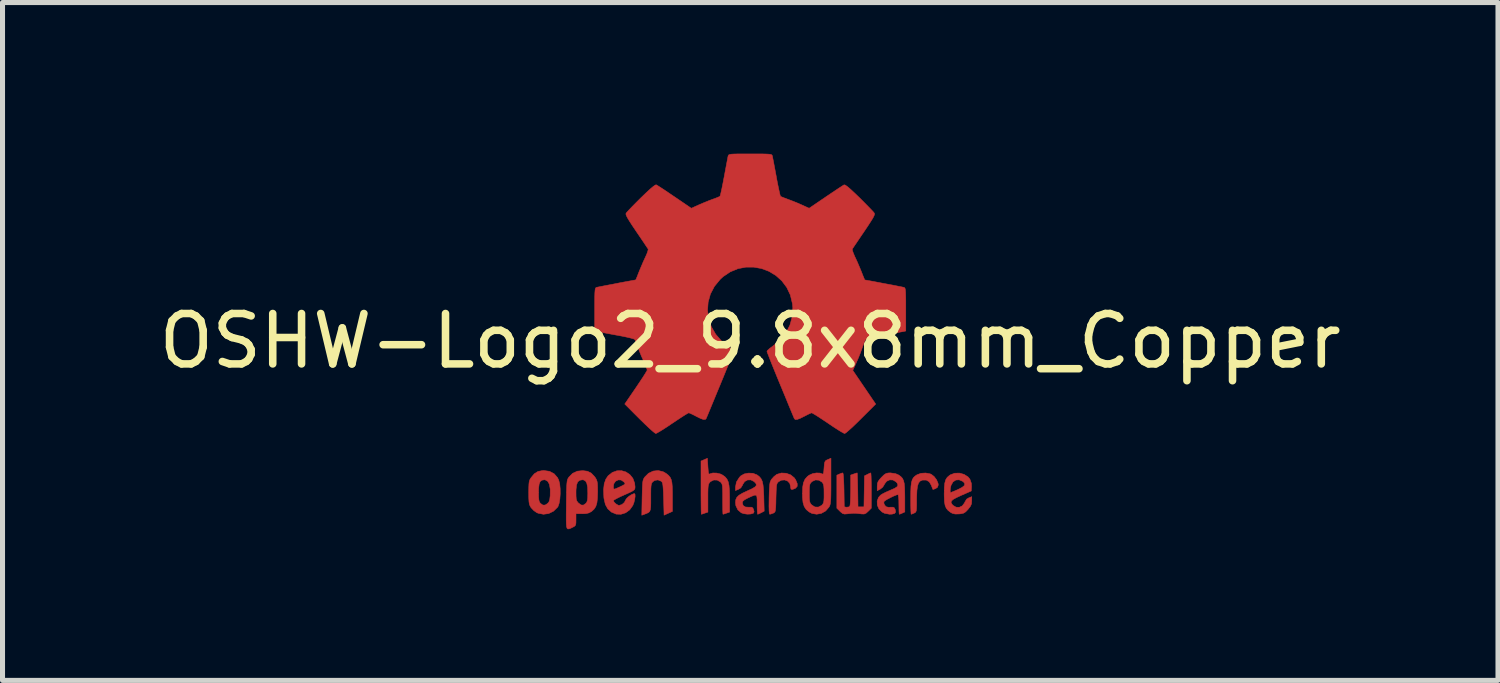
<source format=kicad_pcb>
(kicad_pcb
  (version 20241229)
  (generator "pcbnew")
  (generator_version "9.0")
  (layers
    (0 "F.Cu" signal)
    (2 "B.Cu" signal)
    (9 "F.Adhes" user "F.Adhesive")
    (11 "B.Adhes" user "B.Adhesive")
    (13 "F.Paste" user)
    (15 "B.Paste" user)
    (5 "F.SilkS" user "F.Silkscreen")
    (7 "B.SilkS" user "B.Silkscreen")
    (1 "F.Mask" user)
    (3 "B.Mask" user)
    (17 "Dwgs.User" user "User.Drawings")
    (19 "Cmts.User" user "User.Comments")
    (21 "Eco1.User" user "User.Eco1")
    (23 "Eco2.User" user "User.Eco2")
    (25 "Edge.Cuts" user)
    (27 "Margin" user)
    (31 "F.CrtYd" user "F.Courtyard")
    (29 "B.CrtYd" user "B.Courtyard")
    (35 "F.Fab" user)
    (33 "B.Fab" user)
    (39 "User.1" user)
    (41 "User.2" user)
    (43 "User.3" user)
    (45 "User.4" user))
  (footprint "OSHW-Logo2_9.8x8mm_Copper"
    (layer "F.Cu")
    (at 11.839 3.717)
    (property "Reference" "OSHW-Logo2_9.8x8mm_Copper" (at 0 0 0) (layer "F.SilkS") (effects (font (size 1 1) (thickness 0.15))))
    (attr exclude_from_pos_files exclude_from_bom)
    (fp_poly (pts (xy 3.571 2.637) (xy 3.594 2.647) (xy 3.65 2.691) (xy 3.698 2.755) (xy 3.727 2.823) (xy 3.732 2.857) (xy 3.716 2.904) (xy 3.68 2.928) (xy 3.643 2.943) (xy 3.625 2.946) (xy 3.617 2.926) (xy 3.6 2.882) (xy 3.593 2.863) (xy 3.552 2.794) (xy 3.493 2.76) (xy 3.417 2.761) (xy 3.411 2.763) (xy 3.37 2.782) (xy 3.34 2.819) (xy 3.32 2.88) (xy 3.308 2.968) (xy 3.303 3.088) (xy 3.302 3.152) (xy 3.302 3.252) (xy 3.3 3.321) (xy 3.296 3.365) (xy 3.287 3.39) (xy 3.274 3.405) (xy 3.253 3.416) (xy 3.252 3.416) (xy 3.213 3.433) (xy 3.194 3.439) (xy 3.191 3.42) (xy 3.188 3.369) (xy 3.186 3.292) (xy 3.185 3.196) (xy 3.185 3.125) (xy 3.186 2.989) (xy 3.19 2.885) (xy 3.2 2.808) (xy 3.216 2.752) (xy 3.24 2.711) (xy 3.274 2.679) (xy 3.308 2.656) (xy 3.388 2.626) (xy 3.482 2.62) (xy 3.571 2.637)) (stroke (width 0.01) (type solid)) (fill yes) (layer "F.Cu"))
    (fp_poly (pts (xy -1.728 2.595) (xy -1.666 2.631) (xy -1.622 2.667) (xy -1.59 2.705) (xy -1.568 2.751) (xy -1.554 2.812) (xy -1.547 2.895) (xy -1.544 3.007) (xy -1.544 3.087) (xy -1.544 3.382) (xy -1.71 3.457) (xy -1.719 3.133) (xy -1.723 3.013) (xy -1.728 2.925) (xy -1.733 2.865) (xy -1.74 2.825) (xy -1.75 2.801) (xy -1.763 2.786) (xy -1.767 2.783) (xy -1.831 2.757) (xy -1.896 2.767) (xy -1.934 2.794) (xy -1.95 2.813) (xy -1.961 2.838) (xy -1.968 2.876) (xy -1.972 2.934) (xy -1.973 3.018) (xy -1.973 3.106) (xy -1.973 3.216) (xy -1.975 3.294) (xy -1.982 3.347) (xy -1.995 3.381) (xy -2.018 3.404) (xy -2.053 3.421) (xy -2.1 3.439) (xy -2.152 3.458) (xy -2.146 3.111) (xy -2.143 2.986) (xy -2.14 2.894) (xy -2.136 2.828) (xy -2.13 2.781) (xy -2.121 2.748) (xy -2.108 2.722) (xy -2.092 2.699) (xy -2.018 2.625) (xy -1.926 2.582) (xy -1.827 2.571) (xy -1.728 2.595)) (stroke (width 0.01) (type solid)) (fill yes) (layer "F.Cu"))
    (fp_poly (pts (xy 0.713 2.625) (xy 0.802 2.657) (xy 0.874 2.715) (xy 0.902 2.756) (xy 0.933 2.831) (xy 0.932 2.885) (xy 0.9 2.921) (xy 0.888 2.928) (xy 0.837 2.947) (xy 0.81 2.942) (xy 0.802 2.91) (xy 0.801 2.892) (xy 0.785 2.826) (xy 0.742 2.78) (xy 0.683 2.758) (xy 0.617 2.763) (xy 0.564 2.792) (xy 0.546 2.809) (xy 0.533 2.829) (xy 0.524 2.859) (xy 0.519 2.907) (xy 0.515 2.978) (xy 0.512 3.08) (xy 0.511 3.112) (xy 0.509 3.222) (xy 0.506 3.3) (xy 0.501 3.351) (xy 0.494 3.383) (xy 0.483 3.401) (xy 0.467 3.412) (xy 0.457 3.417) (xy 0.413 3.433) (xy 0.388 3.439) (xy 0.379 3.421) (xy 0.374 3.365) (xy 0.372 3.272) (xy 0.374 3.141) (xy 0.374 3.121) (xy 0.377 3.002) (xy 0.381 2.914) (xy 0.386 2.853) (xy 0.393 2.809) (xy 0.404 2.778) (xy 0.419 2.751) (xy 0.427 2.74) (xy 0.472 2.69) (xy 0.522 2.651) (xy 0.528 2.647) (xy 0.618 2.62) (xy 0.713 2.625)) (stroke (width 0.01) (type solid)) (fill yes) (layer "F.Cu"))
    (fp_poly (pts (xy -0.84 2.492) (xy -0.834 2.572) (xy -0.828 2.619) (xy -0.819 2.64) (xy -0.805 2.64) (xy -0.801 2.637) (xy -0.744 2.62) (xy -0.669 2.621) (xy -0.593 2.639) (xy -0.545 2.663) (xy -0.496 2.7) (xy -0.461 2.743) (xy -0.436 2.797) (xy -0.421 2.869) (xy -0.413 2.966) (xy -0.41 3.095) (xy -0.41 3.119) (xy -0.41 3.396) (xy -0.472 3.417) (xy -0.516 3.432) (xy -0.54 3.439) (xy -0.54 3.439) (xy -0.543 3.42) (xy -0.545 3.37) (xy -0.546 3.293) (xy -0.547 3.197) (xy -0.547 3.139) (xy -0.547 3.025) (xy -0.549 2.943) (xy -0.552 2.886) (xy -0.558 2.849) (xy -0.568 2.825) (xy -0.583 2.806) (xy -0.592 2.797) (xy -0.655 2.761) (xy -0.724 2.759) (xy -0.786 2.789) (xy -0.798 2.8) (xy -0.815 2.821) (xy -0.826 2.845) (xy -0.834 2.881) (xy -0.838 2.934) (xy -0.84 3.012) (xy -0.84 3.121) (xy -0.84 3.396) (xy -0.902 3.417) (xy -0.945 3.432) (xy -0.969 3.439) (xy -0.97 3.439) (xy -0.972 3.42) (xy -0.974 3.367) (xy -0.975 3.286) (xy -0.976 3.18) (xy -0.977 3.055) (xy -0.977 2.916) (xy -0.977 2.382) (xy -0.85 2.328) (xy -0.84 2.492)) (stroke (width 0.01) (type solid)) (fill yes) (layer "F.Cu"))
    (fp_poly (pts (xy 2.396 2.637) (xy 2.399 2.688) (xy 2.401 2.766) (xy 2.403 2.865) (xy 2.403 2.968) (xy 2.403 3.319) (xy 2.341 3.38) (xy 2.299 3.418) (xy 2.261 3.434) (xy 2.21 3.433) (xy 2.19 3.43) (xy 2.127 3.423) (xy 2.074 3.419) (xy 2.061 3.419) (xy 2.018 3.421) (xy 1.957 3.427) (xy 1.933 3.43) (xy 1.874 3.435) (xy 1.834 3.425) (xy 1.795 3.394) (xy 1.781 3.38) (xy 1.719 3.319) (xy 1.719 2.664) (xy 1.769 2.641) (xy 1.812 2.624) (xy 1.837 2.618) (xy 1.844 2.637) (xy 1.85 2.689) (xy 1.855 2.768) (xy 1.859 2.87) (xy 1.861 2.955) (xy 1.866 3.292) (xy 1.913 3.299) (xy 1.955 3.294) (xy 1.976 3.279) (xy 1.982 3.251) (xy 1.987 3.192) (xy 1.99 3.108) (xy 1.992 3.009) (xy 1.993 2.957) (xy 1.993 2.661) (xy 2.054 2.64) (xy 2.098 2.625) (xy 2.122 2.618) (xy 2.122 2.618) (xy 2.125 2.637) (xy 2.127 2.688) (xy 2.13 2.766) (xy 2.132 2.864) (xy 2.134 2.955) (xy 2.139 3.292) (xy 2.257 3.292) (xy 2.262 2.985) (xy 2.267 2.677) (xy 2.325 2.648) (xy 2.367 2.627) (xy 2.392 2.618) (xy 2.392 2.618) (xy 2.396 2.637)) (stroke (width 0.01) (type solid)) (fill yes) (layer "F.Cu"))
    (fp_poly (pts (xy -3.983 2.587) (xy -3.892 2.635) (xy -3.824 2.713) (xy -3.8 2.763) (xy -3.781 2.838) (xy -3.772 2.932) (xy -3.771 3.035) (xy -3.778 3.136) (xy -3.793 3.223) (xy -3.815 3.286) (xy -3.822 3.297) (xy -3.903 3.377) (xy -4 3.425) (xy -4.104 3.439) (xy -4.21 3.418) (xy -4.239 3.405) (xy -4.297 3.364) (xy -4.347 3.311) (xy -4.352 3.304) (xy -4.371 3.271) (xy -4.384 3.236) (xy -4.391 3.19) (xy -4.395 3.125) (xy -4.396 3.03) (xy -4.396 3.009) (xy -4.396 3.002) (xy -4.201 3.002) (xy -4.2 3.091) (xy -4.195 3.151) (xy -4.186 3.189) (xy -4.17 3.215) (xy -4.162 3.224) (xy -4.115 3.257) (xy -4.07 3.256) (xy -4.024 3.227) (xy -3.996 3.196) (xy -3.98 3.151) (xy -3.971 3.079) (xy -3.97 3.071) (xy -3.969 2.942) (xy -3.985 2.846) (xy -4.019 2.784) (xy -4.07 2.756) (xy -4.088 2.755) (xy -4.136 2.763) (xy -4.169 2.789) (xy -4.189 2.839) (xy -4.199 2.919) (xy -4.201 3.002) (xy -4.396 3.002) (xy -4.395 2.908) (xy -4.392 2.838) (xy -4.386 2.789) (xy -4.374 2.753) (xy -4.356 2.722) (xy -4.352 2.716) (xy -4.286 2.636) (xy -4.213 2.59) (xy -4.125 2.572) (xy -4.095 2.571) (xy -3.983 2.587)) (stroke (width 0.01) (type solid)) (fill yes) (layer "F.Cu"))
    (fp_poly (pts (xy 4.245 2.648) (xy 4.323 2.698) (xy 4.36 2.744) (xy 4.389 2.826) (xy 4.392 2.891) (xy 4.386 2.977) (xy 4.186 3.065) (xy 4.089 3.11) (xy 4.025 3.146) (xy 3.992 3.177) (xy 3.986 3.207) (xy 4.005 3.241) (xy 4.025 3.263) (xy 4.084 3.298) (xy 4.148 3.301) (xy 4.207 3.273) (xy 4.25 3.218) (xy 4.258 3.199) (xy 4.295 3.138) (xy 4.338 3.113) (xy 4.396 3.09) (xy 4.396 3.174) (xy 4.391 3.231) (xy 4.371 3.279) (xy 4.328 3.334) (xy 4.322 3.342) (xy 4.275 3.391) (xy 4.234 3.417) (xy 4.183 3.429) (xy 4.141 3.433) (xy 4.066 3.434) (xy 4.012 3.421) (xy 3.979 3.403) (xy 3.926 3.362) (xy 3.89 3.318) (xy 3.867 3.262) (xy 3.854 3.187) (xy 3.85 3.084) (xy 3.849 3.032) (xy 3.851 2.97) (xy 3.968 2.97) (xy 3.97 3.003) (xy 3.973 3.009) (xy 3.996 3.001) (xy 4.044 2.982) (xy 4.109 2.954) (xy 4.122 2.948) (xy 4.204 2.906) (xy 4.249 2.87) (xy 4.259 2.835) (xy 4.236 2.801) (xy 4.216 2.785) (xy 4.145 2.755) (xy 4.079 2.76) (xy 4.024 2.797) (xy 3.986 2.863) (xy 3.973 2.916) (xy 3.968 2.97) (xy 3.851 2.97) (xy 3.852 2.911) (xy 3.861 2.821) (xy 3.879 2.755) (xy 3.909 2.707) (xy 3.953 2.669) (xy 3.972 2.656) (xy 4.059 2.624) (xy 4.154 2.622) (xy 4.245 2.648)) (stroke (width 0.01) (type solid)) (fill yes) (layer "F.Cu"))
    (fp_poly (pts (xy 1.602 2.78) (xy 1.602 2.926) (xy 1.601 3.039) (xy 1.599 3.123) (xy 1.595 3.184) (xy 1.59 3.227) (xy 1.582 3.259) (xy 1.571 3.283) (xy 1.563 3.297) (xy 1.497 3.373) (xy 1.412 3.421) (xy 1.319 3.438) (xy 1.226 3.423) (xy 1.17 3.394) (xy 1.112 3.346) (xy 1.072 3.286) (xy 1.048 3.209) (xy 1.037 3.105) (xy 1.036 3.028) (xy 1.036 3.023) (xy 1.172 3.023) (xy 1.173 3.11) (xy 1.177 3.168) (xy 1.186 3.206) (xy 1.201 3.233) (xy 1.22 3.254) (xy 1.283 3.294) (xy 1.351 3.297) (xy 1.415 3.264) (xy 1.42 3.26) (xy 1.441 3.236) (xy 1.455 3.208) (xy 1.462 3.167) (xy 1.465 3.102) (xy 1.465 3.031) (xy 1.464 2.942) (xy 1.46 2.882) (xy 1.451 2.843) (xy 1.436 2.815) (xy 1.423 2.8) (xy 1.364 2.763) (xy 1.295 2.758) (xy 1.23 2.787) (xy 1.218 2.797) (xy 1.196 2.821) (xy 1.183 2.849) (xy 1.176 2.891) (xy 1.173 2.956) (xy 1.172 3.023) (xy 1.036 3.023) (xy 1.04 2.906) (xy 1.056 2.814) (xy 1.087 2.744) (xy 1.134 2.69) (xy 1.17 2.663) (xy 1.237 2.633) (xy 1.314 2.619) (xy 1.386 2.622) (xy 1.426 2.637) (xy 1.442 2.642) (xy 1.453 2.626) (xy 1.46 2.583) (xy 1.465 2.518) (xy 1.471 2.446) (xy 1.48 2.402) (xy 1.495 2.377) (xy 1.522 2.361) (xy 1.539 2.354) (xy 1.602 2.327) (xy 1.602 2.78)) (stroke (width 0.01) (type solid)) (fill yes) (layer "F.Cu"))
    (fp_poly (pts (xy -2.466 2.6) (xy -2.389 2.652) (xy -2.329 2.726) (xy -2.294 2.822) (xy -2.286 2.892) (xy -2.287 2.921) (xy -2.294 2.943) (xy -2.313 2.963) (xy -2.35 2.986) (xy -2.41 3.015) (xy -2.5 3.055) (xy -2.501 3.055) (xy -2.584 3.093) (xy -2.652 3.127) (xy -2.698 3.153) (xy -2.716 3.167) (xy -2.716 3.167) (xy -2.701 3.199) (xy -2.665 3.233) (xy -2.624 3.258) (xy -2.603 3.263) (xy -2.546 3.246) (xy -2.497 3.203) (xy -2.474 3.156) (xy -2.451 3.122) (xy -2.406 3.082) (xy -2.353 3.048) (xy -2.306 3.029) (xy -2.297 3.028) (xy -2.286 3.045) (xy -2.285 3.088) (xy -2.293 3.146) (xy -2.308 3.207) (xy -2.329 3.261) (xy -2.33 3.264) (xy -2.392 3.351) (xy -2.473 3.41) (xy -2.565 3.439) (xy -2.66 3.436) (xy -2.752 3.397) (xy -2.756 3.395) (xy -2.828 3.33) (xy -2.875 3.245) (xy -2.901 3.133) (xy -2.905 3.102) (xy -2.911 2.954) (xy -2.903 2.884) (xy -2.716 2.884) (xy -2.713 2.928) (xy -2.7 2.94) (xy -2.667 2.931) (xy -2.615 2.908) (xy -2.556 2.881) (xy -2.555 2.88) (xy -2.505 2.854) (xy -2.485 2.836) (xy -2.49 2.818) (xy -2.511 2.794) (xy -2.563 2.759) (xy -2.62 2.757) (xy -2.671 2.782) (xy -2.706 2.831) (xy -2.716 2.884) (xy -2.903 2.884) (xy -2.898 2.835) (xy -2.865 2.741) (xy -2.82 2.675) (xy -2.737 2.609) (xy -2.646 2.576) (xy -2.554 2.574) (xy -2.466 2.6)) (stroke (width 0.01) (type solid)) (fill yes) (layer "F.Cu"))
    (fp_poly (pts (xy 0.054 2.626) (xy 0.13 2.655) (xy 0.131 2.655) (xy 0.178 2.69) (xy 0.213 2.731) (xy 0.238 2.784) (xy 0.254 2.856) (xy 0.264 2.953) (xy 0.27 3.082) (xy 0.27 3.1) (xy 0.277 3.377) (xy 0.218 3.408) (xy 0.175 3.429) (xy 0.149 3.439) (xy 0.148 3.439) (xy 0.143 3.421) (xy 0.139 3.372) (xy 0.137 3.3) (xy 0.137 3.242) (xy 0.137 3.148) (xy 0.132 3.089) (xy 0.118 3.061) (xy 0.085 3.06) (xy 0.03 3.081) (xy -0.054 3.12) (xy -0.115 3.153) (xy -0.147 3.181) (xy -0.156 3.212) (xy -0.156 3.213) (xy -0.141 3.266) (xy -0.095 3.295) (xy -0.026 3.299) (xy 0.024 3.298) (xy 0.051 3.313) (xy 0.067 3.347) (xy 0.077 3.391) (xy 0.063 3.416) (xy 0.058 3.42) (xy 0.009 3.434) (xy -0.058 3.437) (xy -0.128 3.427) (xy -0.178 3.41) (xy -0.246 3.351) (xy -0.285 3.27) (xy -0.293 3.207) (xy -0.287 3.15) (xy -0.266 3.104) (xy -0.224 3.062) (xy -0.155 3.021) (xy -0.055 2.974) (xy -0.049 2.971) (xy 0.041 2.93) (xy 0.097 2.895) (xy 0.121 2.865) (xy 0.116 2.833) (xy 0.084 2.797) (xy 0.075 2.789) (xy 0.012 2.757) (xy -0.054 2.758) (xy -0.111 2.79) (xy -0.149 2.848) (xy -0.152 2.859) (xy -0.187 2.915) (xy -0.23 2.942) (xy -0.293 2.968) (xy -0.293 2.9) (xy -0.274 2.8) (xy -0.217 2.709) (xy -0.188 2.678) (xy -0.12 2.639) (xy -0.035 2.622) (xy 0.054 2.626)) (stroke (width 0.01) (type solid)) (fill yes) (layer "F.Cu"))
    (fp_poly (pts (xy -3.231 2.585) (xy -3.156 2.622) (xy -3.091 2.69) (xy -3.072 2.716) (xy -3.053 2.749) (xy -3.04 2.785) (xy -3.032 2.833) (xy -3.029 2.903) (xy -3.028 2.994) (xy -3.032 3.12) (xy -3.043 3.214) (xy -3.065 3.285) (xy -3.1 3.338) (xy -3.149 3.383) (xy -3.153 3.385) (xy -3.202 3.412) (xy -3.261 3.426) (xy -3.336 3.429) (xy -3.458 3.429) (xy -3.458 3.547) (xy -3.459 3.613) (xy -3.466 3.652) (xy -3.484 3.675) (xy -3.519 3.695) (xy -3.527 3.699) (xy -3.566 3.718) (xy -3.596 3.729) (xy -3.619 3.73) (xy -3.635 3.717) (xy -3.645 3.685) (xy -3.65 3.63) (xy -3.652 3.549) (xy -3.652 3.437) (xy -3.65 3.292) (xy -3.65 3.248) (xy -3.648 3.098) (xy -3.646 3) (xy -3.458 3) (xy -3.457 3.083) (xy -3.453 3.138) (xy -3.442 3.174) (xy -3.423 3.201) (xy -3.41 3.215) (xy -3.358 3.254) (xy -3.312 3.258) (xy -3.264 3.225) (xy -3.263 3.224) (xy -3.244 3.199) (xy -3.232 3.164) (xy -3.226 3.112) (xy -3.224 3.031) (xy -3.224 3.013) (xy -3.228 2.902) (xy -3.243 2.825) (xy -3.269 2.778) (xy -3.309 2.757) (xy -3.332 2.755) (xy -3.387 2.765) (xy -3.425 2.798) (xy -3.447 2.858) (xy -3.457 2.95) (xy -3.458 3) (xy -3.646 3) (xy -3.646 2.982) (xy -3.643 2.895) (xy -3.639 2.831) (xy -3.634 2.786) (xy -3.627 2.754) (xy -3.617 2.73) (xy -3.604 2.709) (xy -3.598 2.701) (xy -3.525 2.627) (xy -3.432 2.584) (xy -3.325 2.573) (xy -3.231 2.585)) (stroke (width 0.01) (type solid)) (fill yes) (layer "F.Cu"))
    (fp_poly (pts (xy 2.887 2.634) (xy 2.944 2.659) (xy 2.988 2.69) (xy 3.02 2.725) (xy 3.042 2.77) (xy 3.057 2.831) (xy 3.064 2.915) (xy 3.067 3.028) (xy 3.068 3.103) (xy 3.068 3.393) (xy 3.018 3.416) (xy 2.979 3.433) (xy 2.959 3.439) (xy 2.955 3.421) (xy 2.952 3.372) (xy 2.951 3.3) (xy 2.95 3.243) (xy 2.949 3.161) (xy 2.944 3.096) (xy 2.938 3.056) (xy 2.933 3.048) (xy 2.898 3.057) (xy 2.844 3.079) (xy 2.781 3.109) (xy 2.72 3.141) (xy 2.674 3.17) (xy 2.652 3.19) (xy 2.652 3.19) (xy 2.654 3.227) (xy 2.671 3.262) (xy 2.7 3.291) (xy 2.743 3.3) (xy 2.78 3.299) (xy 2.832 3.298) (xy 2.859 3.31) (xy 2.876 3.343) (xy 2.878 3.349) (xy 2.885 3.395) (xy 2.866 3.423) (xy 2.816 3.436) (xy 2.763 3.438) (xy 2.666 3.42) (xy 2.616 3.394) (xy 2.554 3.333) (xy 2.522 3.258) (xy 2.519 3.178) (xy 2.546 3.104) (xy 2.588 3.058) (xy 2.63 3.032) (xy 2.695 2.999) (xy 2.771 2.966) (xy 2.784 2.96) (xy 2.867 2.924) (xy 2.916 2.891) (xy 2.931 2.859) (xy 2.917 2.822) (xy 2.892 2.794) (xy 2.833 2.759) (xy 2.768 2.756) (xy 2.709 2.783) (xy 2.666 2.837) (xy 2.661 2.851) (xy 2.628 2.902) (xy 2.581 2.94) (xy 2.52 2.971) (xy 2.52 2.883) (xy 2.524 2.829) (xy 2.539 2.787) (xy 2.573 2.741) (xy 2.605 2.706) (xy 2.655 2.657) (xy 2.694 2.631) (xy 2.736 2.62) (xy 2.783 2.618) (xy 2.887 2.634)) (stroke (width 0.01) (type solid)) (fill yes) (layer "F.Cu"))
    (fp_poly (pts (xy 0.14 -3.712) (xy 0.246 -3.712) (xy 0.322 -3.71) (xy 0.374 -3.707) (xy 0.407 -3.702) (xy 0.426 -3.695) (xy 0.435 -3.684) (xy 0.439 -3.67) (xy 0.44 -3.668) (xy 0.446 -3.636) (xy 0.459 -3.572) (xy 0.476 -3.483) (xy 0.496 -3.376) (xy 0.518 -3.258) (xy 0.518 -3.254) (xy 0.54 -3.138) (xy 0.561 -3.036) (xy 0.579 -2.953) (xy 0.592 -2.897) (xy 0.601 -2.872) (xy 0.601 -2.871) (xy 0.626 -2.859) (xy 0.676 -2.839) (xy 0.742 -2.814) (xy 0.742 -2.814) (xy 0.825 -2.783) (xy 0.923 -2.744) (xy 1.015 -2.704) (xy 1.019 -2.702) (xy 1.169 -2.634) (xy 1.501 -2.86) (xy 1.603 -2.929) (xy 1.696 -2.991) (xy 1.773 -3.042) (xy 1.83 -3.079) (xy 1.861 -3.098) (xy 1.864 -3.099) (xy 1.887 -3.093) (xy 1.93 -3.063) (xy 1.994 -3.008) (xy 2.081 -2.927) (xy 2.171 -2.84) (xy 2.256 -2.755) (xy 2.333 -2.677) (xy 2.397 -2.611) (xy 2.442 -2.563) (xy 2.464 -2.536) (xy 2.464 -2.535) (xy 2.467 -2.517) (xy 2.458 -2.487) (xy 2.435 -2.441) (xy 2.395 -2.376) (xy 2.338 -2.288) (xy 2.261 -2.173) (xy 2.193 -2.073) (xy 2.132 -1.983) (xy 2.081 -1.908) (xy 2.045 -1.854) (xy 2.027 -1.827) (xy 2.026 -1.825) (xy 2.028 -1.798) (xy 2.045 -1.747) (xy 2.073 -1.68) (xy 2.083 -1.659) (xy 2.127 -1.564) (xy 2.173 -1.456) (xy 2.211 -1.363) (xy 2.238 -1.294) (xy 2.26 -1.241) (xy 2.272 -1.214) (xy 2.274 -1.211) (xy 2.297 -1.208) (xy 2.351 -1.198) (xy 2.429 -1.184) (xy 2.524 -1.166) (xy 2.628 -1.146) (xy 2.735 -1.126) (xy 2.837 -1.107) (xy 2.927 -1.089) (xy 2.998 -1.075) (xy 3.042 -1.066) (xy 3.053 -1.063) (xy 3.064 -1.057) (xy 3.073 -1.042) (xy 3.079 -1.015) (xy 3.083 -0.97) (xy 3.085 -0.902) (xy 3.087 -0.806) (xy 3.087 -0.678) (xy 3.087 -0.625) (xy 3.087 -0.198) (xy 2.985 -0.178) (xy 2.927 -0.167) (xy 2.842 -0.151) (xy 2.739 -0.132) (xy 2.629 -0.111) (xy 2.599 -0.106) (xy 2.497 -0.086) (xy 2.408 -0.067) (xy 2.34 -0.049) (xy 2.3 -0.036) (xy 2.293 -0.032) (xy 2.277 -0.004) (xy 2.253 0.051) (xy 2.227 0.122) (xy 2.222 0.137) (xy 2.188 0.231) (xy 2.146 0.337) (xy 2.104 0.432) (xy 2.104 0.433) (xy 2.035 0.583) (xy 2.49 1.252) (xy 2.197 1.544) (xy 2.109 1.631) (xy 2.029 1.708) (xy 1.96 1.77) (xy 1.909 1.814) (xy 1.879 1.835) (xy 1.874 1.837) (xy 1.849 1.826) (xy 1.797 1.797) (xy 1.725 1.752) (xy 1.637 1.695) (xy 1.543 1.631) (xy 1.447 1.567) (xy 1.361 1.51) (xy 1.291 1.466) (xy 1.242 1.437) (xy 1.221 1.426) (xy 1.194 1.435) (xy 1.144 1.458) (xy 1.08 1.491) (xy 1.074 1.494) (xy 0.988 1.537) (xy 0.929 1.558) (xy 0.893 1.559) (xy 0.874 1.539) (xy 0.874 1.539) (xy 0.864 1.515) (xy 0.841 1.46) (xy 0.807 1.378) (xy 0.763 1.272) (xy 0.712 1.147) (xy 0.654 1.007) (xy 0.598 0.872) (xy 0.536 0.722) (xy 0.48 0.584) (xy 0.43 0.461) (xy 0.389 0.357) (xy 0.358 0.277) (xy 0.338 0.225) (xy 0.332 0.206) (xy 0.347 0.183) (xy 0.386 0.148) (xy 0.439 0.109) (xy 0.588 -0.015) (xy 0.705 -0.156) (xy 0.787 -0.313) (xy 0.834 -0.482) (xy 0.845 -0.66) (xy 0.837 -0.742) (xy 0.796 -0.913) (xy 0.724 -1.064) (xy 0.627 -1.193) (xy 0.509 -1.299) (xy 0.374 -1.381) (xy 0.227 -1.437) (xy 0.072 -1.465) (xy -0.087 -1.465) (xy -0.244 -1.435) (xy -0.396 -1.372) (xy -0.538 -1.277) (xy -0.597 -1.222) (xy -0.711 -1.083) (xy -0.79 -0.932) (xy -0.835 -0.771) (xy -0.847 -0.607) (xy -0.825 -0.443) (xy -0.772 -0.284) (xy -0.686 -0.134) (xy -0.569 0.002) (xy -0.439 0.109) (xy -0.384 0.15) (xy -0.346 0.185) (xy -0.332 0.206) (xy -0.339 0.229) (xy -0.36 0.283) (xy -0.392 0.366) (xy -0.434 0.471) (xy -0.485 0.596) (xy -0.542 0.736) (xy -0.598 0.872) (xy -0.66 1.021) (xy -0.717 1.16) (xy -0.768 1.283) (xy -0.811 1.387) (xy -0.844 1.467) (xy -0.866 1.519) (xy -0.874 1.539) (xy -0.893 1.558) (xy -0.929 1.558) (xy -0.988 1.537) (xy -1.073 1.495) (xy -1.074 1.494) (xy -1.138 1.461) (xy -1.19 1.437) (xy -1.219 1.426) (xy -1.221 1.426) (xy -1.243 1.437) (xy -1.292 1.466) (xy -1.362 1.511) (xy -1.447 1.567) (xy -1.543 1.631) (xy -1.639 1.696) (xy -1.727 1.753) (xy -1.799 1.797) (xy -1.85 1.826) (xy -1.874 1.837) (xy -1.897 1.823) (xy -1.942 1.786) (xy -2.006 1.729) (xy -2.083 1.656) (xy -2.169 1.572) (xy -2.198 1.544) (xy -2.49 1.251) (xy -2.267 0.925) (xy -2.2 0.825) (xy -2.14 0.735) (xy -2.093 0.661) (xy -2.06 0.607) (xy -2.045 0.579) (xy -2.045 0.577) (xy -2.053 0.551) (xy -2.073 0.498) (xy -2.103 0.427) (xy -2.124 0.38) (xy -2.164 0.29) (xy -2.201 0.198) (xy -2.23 0.121) (xy -2.237 0.098) (xy -2.26 0.035) (xy -2.281 -0.014) (xy -2.293 -0.032) (xy -2.319 -0.043) (xy -2.377 -0.059) (xy -2.458 -0.078) (xy -2.555 -0.098) (xy -2.599 -0.106) (xy -2.709 -0.126) (xy -2.815 -0.146) (xy -2.906 -0.163) (xy -2.972 -0.175) (xy -2.985 -0.178) (xy -3.087 -0.198) (xy -3.087 -0.625) (xy -3.087 -0.766) (xy -3.086 -0.872) (xy -3.084 -0.949) (xy -3.08 -1.002) (xy -3.075 -1.035) (xy -3.067 -1.053) (xy -3.057 -1.062) (xy -3.053 -1.063) (xy -3.028 -1.069) (xy -2.972 -1.08) (xy -2.892 -1.096) (xy -2.796 -1.114) (xy -2.691 -1.134) (xy -2.585 -1.155) (xy -2.483 -1.174) (xy -2.395 -1.19) (xy -2.325 -1.203) (xy -2.283 -1.21) (xy -2.274 -1.211) (xy -2.265 -1.228) (xy -2.246 -1.273) (xy -2.221 -1.338) (xy -2.211 -1.363) (xy -2.171 -1.46) (xy -2.125 -1.568) (xy -2.083 -1.659) (xy -2.052 -1.728) (xy -2.032 -1.785) (xy -2.025 -1.82) (xy -2.026 -1.825) (xy -2.041 -1.847) (xy -2.074 -1.896) (xy -2.121 -1.967) (xy -2.181 -2.055) (xy -2.248 -2.154) (xy -2.261 -2.173) (xy -2.339 -2.289) (xy -2.396 -2.377) (xy -2.435 -2.442) (xy -2.458 -2.487) (xy -2.467 -2.516) (xy -2.465 -2.535) (xy -2.464 -2.535) (xy -2.445 -2.559) (xy -2.402 -2.605) (xy -2.341 -2.669) (xy -2.265 -2.746) (xy -2.18 -2.831) (xy -2.171 -2.84) (xy -2.063 -2.944) (xy -1.98 -3.02) (xy -1.92 -3.07) (xy -1.882 -3.096) (xy -1.864 -3.099) (xy -1.84 -3.085) (xy -1.788 -3.052) (xy -1.714 -3.004) (xy -1.625 -2.944) (xy -1.525 -2.876) (xy -1.501 -2.86) (xy -1.169 -2.634) (xy -1.019 -2.702) (xy -0.928 -2.741) (xy -0.83 -2.781) (xy -0.746 -2.813) (xy -0.742 -2.814) (xy -0.677 -2.838) (xy -0.626 -2.859) (xy -0.601 -2.871) (xy -0.601 -2.871) (xy -0.593 -2.893) (xy -0.58 -2.948) (xy -0.562 -3.029) (xy -0.542 -3.129) (xy -0.52 -3.244) (xy -0.518 -3.254) (xy -0.496 -3.372) (xy -0.476 -3.479) (xy -0.459 -3.569) (xy -0.447 -3.634) (xy -0.44 -3.668) (xy -0.44 -3.668) (xy -0.435 -3.683) (xy -0.427 -3.693) (xy -0.41 -3.701) (xy -0.379 -3.707) (xy -0.329 -3.71) (xy -0.256 -3.712) (xy -0.153 -3.712) (xy -0.018 -3.712) (xy 0 -3.712) (xy 0.14 -3.712)) (stroke (width 0.01) (type solid)) (fill yes) (layer "F.Cu")))
  (gr_rect
    (start -3 -3)
    (end 26.679 10.453)
    (stroke (width 0.1) (type default))
    (fill no)
    (layer "Edge.Cuts")))
</source>
